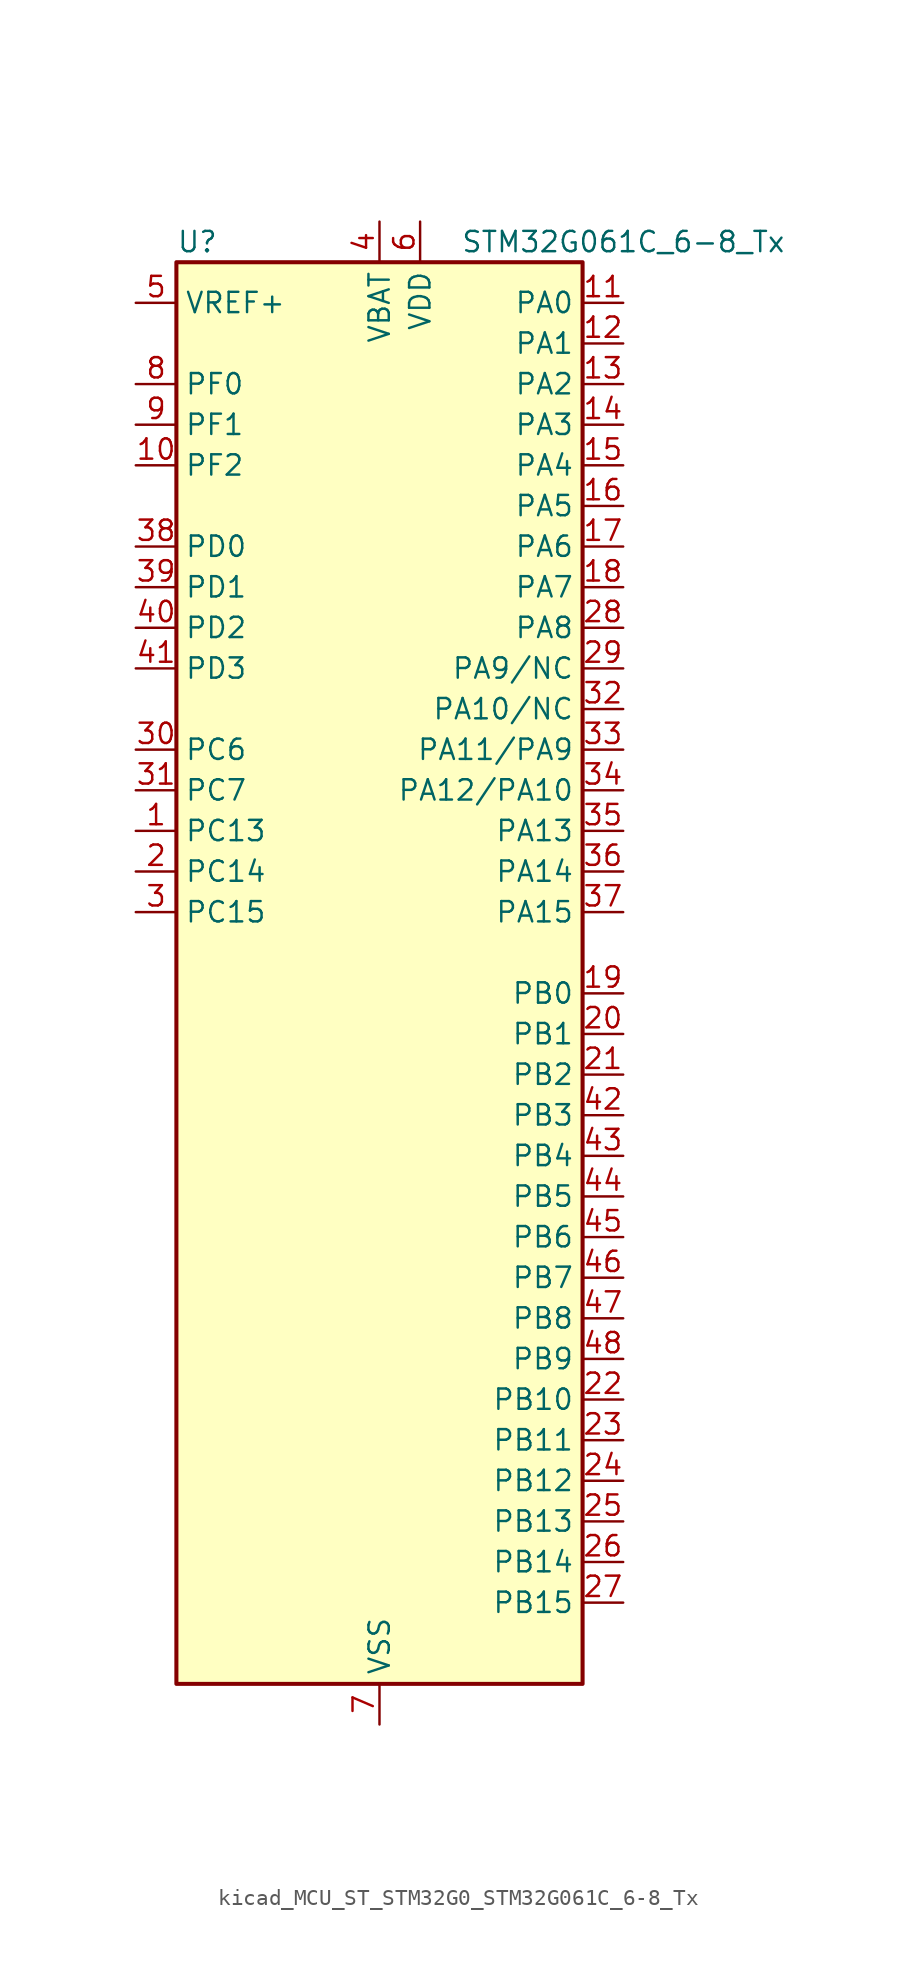
<source format=kicad_sym>
(kicad_symbol_lib
  (version 20220914)
  (generator kicad_symbol_editor)
  (symbol "kicad_MCU_ST_STM32G0_STM32G061C_6-8_Tx"
    (property "Reference" "U"
      (at -12.7 46.99 0)
      (effects (font (size 1.27 1.27)) (justify left)))
    (property "Value" "STM32G061C_6-8_Tx"
      (at 5.08 46.99 0)
      (effects (font (size 1.27 1.27)) (justify left)))
    (property "ki_locked" ""
      (at 0 0 0)
      (effects (font (size 1.27 1.27))))
    (symbol "kicad_MCU_ST_STM32G0_STM32G061C_6-8_Tx_0_1"
      (rectangle (start -12.7 -43.18) (end 12.7 45.72) (stroke (width 0.254) (type default)) (fill (type background))))
    (symbol "kicad_MCU_ST_STM32G0_STM32G061C_6-8_Tx_1_1"
      (pin bidirectional line (at -15.24 10.16 0) (length 2.54) (name "PC13" (effects (font (size 1.27 1.27)))) (number "1" (effects (font (size 1.27 1.27)))) (alternate "RTC_OUT1" bidirectional line) (alternate "RTC_TAMP_IN1" bidirectional line) (alternate "RTC_TS" bidirectional line) (alternate "SYS_WKUP2" bidirectional line) (alternate "TIM1_BK" bidirectional line))
      (pin bidirectional line (at -15.24 33.02 0) (length 2.54) (name "PF2" (effects (font (size 1.27 1.27)))) (number "10" (effects (font (size 1.27 1.27)))) (alternate "RCC_MCO" bidirectional line))
      (pin bidirectional line (at 15.24 43.18 180) (length 2.54) (name "PA0" (effects (font (size 1.27 1.27)))) (number "11" (effects (font (size 1.27 1.27)))) (alternate "ADC1_IN0" bidirectional line) (alternate "COMP1_INM" bidirectional line) (alternate "COMP1_OUT" bidirectional line) (alternate "LPTIM1_OUT" bidirectional line) (alternate "RTC_TAMP_IN2" bidirectional line) (alternate "SPI2_SCK" bidirectional line) (alternate "SYS_WKUP1" bidirectional line) (alternate "TIM2_CH1" bidirectional line) (alternate "TIM2_ETR" bidirectional line) (alternate "USART2_CTS" bidirectional line) (alternate "USART2_NSS" bidirectional line))
      (pin bidirectional line (at 15.24 40.64 180) (length 2.54) (name "PA1" (effects (font (size 1.27 1.27)))) (number "12" (effects (font (size 1.27 1.27)))) (alternate "ADC1_IN1" bidirectional line) (alternate "COMP1_INP" bidirectional line) (alternate "I2C1_SMBA" bidirectional line) (alternate "I2S1_CK" bidirectional line) (alternate "SPI1_SCK" bidirectional line) (alternate "TIM15_CH1N" bidirectional line) (alternate "TIM2_CH2" bidirectional line) (alternate "USART2_CK" bidirectional line) (alternate "USART2_DE" bidirectional line) (alternate "USART2_RTS" bidirectional line))
      (pin bidirectional line (at 15.24 38.1 180) (length 2.54) (name "PA2" (effects (font (size 1.27 1.27)))) (number "13" (effects (font (size 1.27 1.27)))) (alternate "ADC1_IN2" bidirectional line) (alternate "COMP2_INM" bidirectional line) (alternate "COMP2_OUT" bidirectional line) (alternate "I2S1_SD" bidirectional line) (alternate "LPUART1_TX" bidirectional line) (alternate "RCC_LSCO" bidirectional line) (alternate "SPI1_MOSI" bidirectional line) (alternate "SYS_WKUP4" bidirectional line) (alternate "TIM15_CH1" bidirectional line) (alternate "TIM2_CH3" bidirectional line) (alternate "USART2_TX" bidirectional line))
      (pin bidirectional line (at 15.24 35.56 180) (length 2.54) (name "PA3" (effects (font (size 1.27 1.27)))) (number "14" (effects (font (size 1.27 1.27)))) (alternate "ADC1_IN3" bidirectional line) (alternate "COMP2_INP" bidirectional line) (alternate "LPUART1_RX" bidirectional line) (alternate "SPI2_MISO" bidirectional line) (alternate "TIM15_CH2" bidirectional line) (alternate "TIM2_CH4" bidirectional line) (alternate "USART2_RX" bidirectional line))
      (pin bidirectional line (at 15.24 33.02 180) (length 2.54) (name "PA4" (effects (font (size 1.27 1.27)))) (number "15" (effects (font (size 1.27 1.27)))) (alternate "ADC1_IN4" bidirectional line) (alternate "DAC1_OUT1" bidirectional line) (alternate "I2S1_WS" bidirectional line) (alternate "LPTIM2_OUT" bidirectional line) (alternate "RTC_OUT2" bidirectional line) (alternate "SPI1_NSS" bidirectional line) (alternate "SPI2_MOSI" bidirectional line) (alternate "TIM14_CH1" bidirectional line))
      (pin bidirectional line (at 15.24 30.48 180) (length 2.54) (name "PA5" (effects (font (size 1.27 1.27)))) (number "16" (effects (font (size 1.27 1.27)))) (alternate "ADC1_IN5" bidirectional line) (alternate "DAC1_OUT2" bidirectional line) (alternate "I2S1_CK" bidirectional line) (alternate "LPTIM2_ETR" bidirectional line) (alternate "SPI1_SCK" bidirectional line) (alternate "TIM2_CH1" bidirectional line) (alternate "TIM2_ETR" bidirectional line))
      (pin bidirectional line (at 15.24 27.94 180) (length 2.54) (name "PA6" (effects (font (size 1.27 1.27)))) (number "17" (effects (font (size 1.27 1.27)))) (alternate "ADC1_IN6" bidirectional line) (alternate "COMP1_OUT" bidirectional line) (alternate "I2S1_MCK" bidirectional line) (alternate "LPUART1_CTS" bidirectional line) (alternate "SPI1_MISO" bidirectional line) (alternate "TIM16_CH1" bidirectional line) (alternate "TIM1_BK" bidirectional line) (alternate "TIM3_CH1" bidirectional line))
      (pin bidirectional line (at 15.24 25.4 180) (length 2.54) (name "PA7" (effects (font (size 1.27 1.27)))) (number "18" (effects (font (size 1.27 1.27)))) (alternate "ADC1_IN7" bidirectional line) (alternate "COMP2_OUT" bidirectional line) (alternate "I2S1_SD" bidirectional line) (alternate "SPI1_MOSI" bidirectional line) (alternate "TIM14_CH1" bidirectional line) (alternate "TIM17_CH1" bidirectional line) (alternate "TIM1_CH1N" bidirectional line) (alternate "TIM3_CH2" bidirectional line))
      (pin bidirectional line (at 15.24 0 180) (length 2.54) (name "PB0" (effects (font (size 1.27 1.27)))) (number "19" (effects (font (size 1.27 1.27)))) (alternate "ADC1_IN8" bidirectional line) (alternate "COMP1_OUT" bidirectional line) (alternate "I2S1_WS" bidirectional line) (alternate "LPTIM1_OUT" bidirectional line) (alternate "SPI1_NSS" bidirectional line) (alternate "TIM1_CH2N" bidirectional line) (alternate "TIM3_CH3" bidirectional line))
      (pin bidirectional line (at -15.24 7.62 0) (length 2.54) (name "PC14" (effects (font (size 1.27 1.27)))) (number "2" (effects (font (size 1.27 1.27)))) (alternate "RCC_OSC32_IN" bidirectional line) (alternate "TIM1_BK2" bidirectional line))
      (pin bidirectional line (at 15.24 -2.54 180) (length 2.54) (name "PB1" (effects (font (size 1.27 1.27)))) (number "20" (effects (font (size 1.27 1.27)))) (alternate "ADC1_IN9" bidirectional line) (alternate "COMP1_INM" bidirectional line) (alternate "LPTIM2_IN1" bidirectional line) (alternate "LPUART1_DE" bidirectional line) (alternate "LPUART1_RTS" bidirectional line) (alternate "TIM14_CH1" bidirectional line) (alternate "TIM1_CH3N" bidirectional line) (alternate "TIM3_CH4" bidirectional line))
      (pin bidirectional line (at 15.24 -5.08 180) (length 2.54) (name "PB2" (effects (font (size 1.27 1.27)))) (number "21" (effects (font (size 1.27 1.27)))) (alternate "ADC1_IN10" bidirectional line) (alternate "COMP1_INP" bidirectional line) (alternate "LPTIM1_OUT" bidirectional line) (alternate "SPI2_MISO" bidirectional line))
      (pin bidirectional line (at 15.24 -25.4 180) (length 2.54) (name "PB10" (effects (font (size 1.27 1.27)))) (number "22" (effects (font (size 1.27 1.27)))) (alternate "ADC1_IN11" bidirectional line) (alternate "COMP1_OUT" bidirectional line) (alternate "I2C2_SCL" bidirectional line) (alternate "LPUART1_RX" bidirectional line) (alternate "SPI2_SCK" bidirectional line) (alternate "TIM2_CH3" bidirectional line))
      (pin bidirectional line (at 15.24 -27.94 180) (length 2.54) (name "PB11" (effects (font (size 1.27 1.27)))) (number "23" (effects (font (size 1.27 1.27)))) (alternate "ADC1_EXTI11" bidirectional line) (alternate "ADC1_IN15" bidirectional line) (alternate "COMP2_OUT" bidirectional line) (alternate "I2C2_SDA" bidirectional line) (alternate "LPUART1_TX" bidirectional line) (alternate "SPI2_MOSI" bidirectional line) (alternate "TIM2_CH4" bidirectional line))
      (pin bidirectional line (at 15.24 -30.48 180) (length 2.54) (name "PB12" (effects (font (size 1.27 1.27)))) (number "24" (effects (font (size 1.27 1.27)))) (alternate "ADC1_IN16" bidirectional line) (alternate "LPUART1_DE" bidirectional line) (alternate "LPUART1_RTS" bidirectional line) (alternate "SPI2_NSS" bidirectional line) (alternate "TIM15_BK" bidirectional line) (alternate "TIM1_BK" bidirectional line))
      (pin bidirectional line (at 15.24 -33.02 180) (length 2.54) (name "PB13" (effects (font (size 1.27 1.27)))) (number "25" (effects (font (size 1.27 1.27)))) (alternate "I2C2_SCL" bidirectional line) (alternate "LPUART1_CTS" bidirectional line) (alternate "SPI2_SCK" bidirectional line) (alternate "TIM15_CH1N" bidirectional line) (alternate "TIM1_CH1N" bidirectional line))
      (pin bidirectional line (at 15.24 -35.56 180) (length 2.54) (name "PB14" (effects (font (size 1.27 1.27)))) (number "26" (effects (font (size 1.27 1.27)))) (alternate "I2C2_SDA" bidirectional line) (alternate "SPI2_MISO" bidirectional line) (alternate "TIM15_CH1" bidirectional line) (alternate "TIM1_CH2N" bidirectional line))
      (pin bidirectional line (at 15.24 -38.1 180) (length 2.54) (name "PB15" (effects (font (size 1.27 1.27)))) (number "27" (effects (font (size 1.27 1.27)))) (alternate "RTC_REFIN" bidirectional line) (alternate "SPI2_MOSI" bidirectional line) (alternate "TIM15_CH1N" bidirectional line) (alternate "TIM15_CH2" bidirectional line) (alternate "TIM1_CH3N" bidirectional line))
      (pin bidirectional line (at 15.24 22.86 180) (length 2.54) (name "PA8" (effects (font (size 1.27 1.27)))) (number "28" (effects (font (size 1.27 1.27)))) (alternate "LPTIM2_OUT" bidirectional line) (alternate "RCC_MCO" bidirectional line) (alternate "SPI2_NSS" bidirectional line) (alternate "TIM1_CH1" bidirectional line))
      (pin bidirectional line (at 15.24 20.32 180) (length 2.54) (name "PA9/NC" (effects (font (size 1.27 1.27)))) (number "29" (effects (font (size 1.27 1.27)))) (alternate "DAC1_EXTI9" bidirectional line) (alternate "I2C1_SCL" bidirectional line) (alternate "RCC_MCO" bidirectional line) (alternate "SPI2_MISO" bidirectional line) (alternate "TIM15_BK" bidirectional line) (alternate "TIM1_CH2" bidirectional line) (alternate "USART1_TX" bidirectional line))
      (pin bidirectional line (at -15.24 5.08 0) (length 2.54) (name "PC15" (effects (font (size 1.27 1.27)))) (number "3" (effects (font (size 1.27 1.27)))) (alternate "RCC_OSC32_EN" bidirectional line) (alternate "RCC_OSC32_OUT" bidirectional line) (alternate "RCC_OSC_EN" bidirectional line) (alternate "TIM15_BK" bidirectional line))
      (pin bidirectional line (at -15.24 15.24 0) (length 2.54) (name "PC6" (effects (font (size 1.27 1.27)))) (number "30" (effects (font (size 1.27 1.27)))) (alternate "TIM2_CH3" bidirectional line) (alternate "TIM3_CH1" bidirectional line))
      (pin bidirectional line (at -15.24 12.7 0) (length 2.54) (name "PC7" (effects (font (size 1.27 1.27)))) (number "31" (effects (font (size 1.27 1.27)))) (alternate "TIM2_CH4" bidirectional line) (alternate "TIM3_CH2" bidirectional line))
      (pin bidirectional line (at 15.24 17.78 180) (length 2.54) (name "PA10/NC" (effects (font (size 1.27 1.27)))) (number "32" (effects (font (size 1.27 1.27)))) (alternate "I2C1_SDA" bidirectional line) (alternate "SPI2_MOSI" bidirectional line) (alternate "TIM17_BK" bidirectional line) (alternate "TIM1_CH3" bidirectional line) (alternate "USART1_RX" bidirectional line))
      (pin bidirectional line (at 15.24 15.24 180) (length 2.54) (name "PA11/PA9" (effects (font (size 1.27 1.27)))) (number "33" (effects (font (size 1.27 1.27)))) (alternate "ADC1_EXTI11" bidirectional line) (alternate "COMP1_OUT" bidirectional line) (alternate "I2C2_SCL" bidirectional line) (alternate "I2S1_MCK" bidirectional line) (alternate "SPI1_MISO" bidirectional line) (alternate "TIM1_BK2" bidirectional line) (alternate "TIM1_CH4" bidirectional line) (alternate "USART1_CTS" bidirectional line) (alternate "USART1_NSS" bidirectional line))
      (pin bidirectional line (at 15.24 12.7 180) (length 2.54) (name "PA12/PA10" (effects (font (size 1.27 1.27)))) (number "34" (effects (font (size 1.27 1.27)))) (alternate "COMP2_OUT" bidirectional line) (alternate "I2C2_SDA" bidirectional line) (alternate "I2S1_SD" bidirectional line) (alternate "I2S_CKIN" bidirectional line) (alternate "SPI1_MOSI" bidirectional line) (alternate "TIM1_ETR" bidirectional line) (alternate "USART1_CK" bidirectional line) (alternate "USART1_DE" bidirectional line) (alternate "USART1_RTS" bidirectional line))
      (pin bidirectional line (at 15.24 10.16 180) (length 2.54) (name "PA13" (effects (font (size 1.27 1.27)))) (number "35" (effects (font (size 1.27 1.27)))) (alternate "ADC1_IN17" bidirectional line) (alternate "IR_OUT" bidirectional line) (alternate "SYS_SWDIO" bidirectional line))
      (pin bidirectional line (at 15.24 7.62 180) (length 2.54) (name "PA14" (effects (font (size 1.27 1.27)))) (number "36" (effects (font (size 1.27 1.27)))) (alternate "ADC1_IN18" bidirectional line) (alternate "SYS_SWCLK" bidirectional line) (alternate "USART2_TX" bidirectional line))
      (pin bidirectional line (at 15.24 5.08 180) (length 2.54) (name "PA15" (effects (font (size 1.27 1.27)))) (number "37" (effects (font (size 1.27 1.27)))) (alternate "I2S1_WS" bidirectional line) (alternate "SPI1_NSS" bidirectional line) (alternate "TIM2_CH1" bidirectional line) (alternate "TIM2_ETR" bidirectional line) (alternate "USART2_RX" bidirectional line))
      (pin bidirectional line (at -15.24 27.94 0) (length 2.54) (name "PD0" (effects (font (size 1.27 1.27)))) (number "38" (effects (font (size 1.27 1.27)))) (alternate "SPI2_NSS" bidirectional line) (alternate "TIM16_CH1" bidirectional line))
      (pin bidirectional line (at -15.24 25.4 0) (length 2.54) (name "PD1" (effects (font (size 1.27 1.27)))) (number "39" (effects (font (size 1.27 1.27)))) (alternate "SPI2_SCK" bidirectional line) (alternate "TIM17_CH1" bidirectional line))
      (pin power_in line (at 0 48.26 270) (length 2.54) (name "VBAT" (effects (font (size 1.27 1.27)))) (number "4" (effects (font (size 1.27 1.27)))))
      (pin bidirectional line (at -15.24 22.86 0) (length 2.54) (name "PD2" (effects (font (size 1.27 1.27)))) (number "40" (effects (font (size 1.27 1.27)))) (alternate "TIM1_CH1N" bidirectional line) (alternate "TIM3_ETR" bidirectional line))
      (pin bidirectional line (at -15.24 20.32 0) (length 2.54) (name "PD3" (effects (font (size 1.27 1.27)))) (number "41" (effects (font (size 1.27 1.27)))) (alternate "SPI2_MISO" bidirectional line) (alternate "TIM1_CH2N" bidirectional line) (alternate "USART2_CTS" bidirectional line) (alternate "USART2_NSS" bidirectional line))
      (pin bidirectional line (at 15.24 -7.62 180) (length 2.54) (name "PB3" (effects (font (size 1.27 1.27)))) (number "42" (effects (font (size 1.27 1.27)))) (alternate "COMP2_INM" bidirectional line) (alternate "I2S1_CK" bidirectional line) (alternate "SPI1_SCK" bidirectional line) (alternate "TIM1_CH2" bidirectional line) (alternate "TIM2_CH2" bidirectional line) (alternate "USART1_CK" bidirectional line) (alternate "USART1_DE" bidirectional line) (alternate "USART1_RTS" bidirectional line))
      (pin bidirectional line (at 15.24 -10.16 180) (length 2.54) (name "PB4" (effects (font (size 1.27 1.27)))) (number "43" (effects (font (size 1.27 1.27)))) (alternate "COMP2_INP" bidirectional line) (alternate "I2S1_MCK" bidirectional line) (alternate "SPI1_MISO" bidirectional line) (alternate "TIM17_BK" bidirectional line) (alternate "TIM3_CH1" bidirectional line) (alternate "USART1_CTS" bidirectional line) (alternate "USART1_NSS" bidirectional line))
      (pin bidirectional line (at 15.24 -12.7 180) (length 2.54) (name "PB5" (effects (font (size 1.27 1.27)))) (number "44" (effects (font (size 1.27 1.27)))) (alternate "COMP2_OUT" bidirectional line) (alternate "I2C1_SMBA" bidirectional line) (alternate "I2S1_SD" bidirectional line) (alternate "LPTIM1_IN1" bidirectional line) (alternate "SPI1_MOSI" bidirectional line) (alternate "SYS_WKUP6" bidirectional line) (alternate "TIM16_BK" bidirectional line) (alternate "TIM3_CH2" bidirectional line))
      (pin bidirectional line (at 15.24 -15.24 180) (length 2.54) (name "PB6" (effects (font (size 1.27 1.27)))) (number "45" (effects (font (size 1.27 1.27)))) (alternate "COMP2_INP" bidirectional line) (alternate "I2C1_SCL" bidirectional line) (alternate "LPTIM1_ETR" bidirectional line) (alternate "SPI2_MISO" bidirectional line) (alternate "TIM16_CH1N" bidirectional line) (alternate "TIM1_CH3" bidirectional line) (alternate "USART1_TX" bidirectional line))
      (pin bidirectional line (at 15.24 -17.78 180) (length 2.54) (name "PB7" (effects (font (size 1.27 1.27)))) (number "46" (effects (font (size 1.27 1.27)))) (alternate "COMP2_INM" bidirectional line) (alternate "I2C1_SDA" bidirectional line) (alternate "LPTIM1_IN2" bidirectional line) (alternate "SPI2_MOSI" bidirectional line) (alternate "SYS_PVD_IN" bidirectional line) (alternate "TIM17_CH1N" bidirectional line) (alternate "USART1_RX" bidirectional line))
      (pin bidirectional line (at 15.24 -20.32 180) (length 2.54) (name "PB8" (effects (font (size 1.27 1.27)))) (number "47" (effects (font (size 1.27 1.27)))) (alternate "I2C1_SCL" bidirectional line) (alternate "SPI2_SCK" bidirectional line) (alternate "TIM15_BK" bidirectional line) (alternate "TIM16_CH1" bidirectional line))
      (pin bidirectional line (at 15.24 -22.86 180) (length 2.54) (name "PB9" (effects (font (size 1.27 1.27)))) (number "48" (effects (font (size 1.27 1.27)))) (alternate "DAC1_EXTI9" bidirectional line) (alternate "I2C1_SDA" bidirectional line) (alternate "IR_OUT" bidirectional line) (alternate "SPI2_NSS" bidirectional line) (alternate "TIM17_CH1" bidirectional line))
      (pin input line (at -15.24 43.18 0) (length 2.54) (name "VREF+" (effects (font (size 1.27 1.27)))) (number "5" (effects (font (size 1.27 1.27)))) (alternate "VREFBUF_OUT" bidirectional line))
      (pin power_in line (at 2.54 48.26 270) (length 2.54) (name "VDD" (effects (font (size 1.27 1.27)))) (number "6" (effects (font (size 1.27 1.27)))))
      (pin power_in line (at 0 -45.72 90) (length 2.54) (name "VSS" (effects (font (size 1.27 1.27)))) (number "7" (effects (font (size 1.27 1.27)))))
      (pin bidirectional line (at -15.24 38.1 0) (length 2.54) (name "PF0" (effects (font (size 1.27 1.27)))) (number "8" (effects (font (size 1.27 1.27)))) (alternate "RCC_OSC_IN" bidirectional line) (alternate "TIM14_CH1" bidirectional line))
      (pin bidirectional line (at -15.24 35.56 0) (length 2.54) (name "PF1" (effects (font (size 1.27 1.27)))) (number "9" (effects (font (size 1.27 1.27)))) (alternate "RCC_OSC_EN" bidirectional line) (alternate "RCC_OSC_OUT" bidirectional line) (alternate "TIM15_CH1N" bidirectional line)))))
</source>
